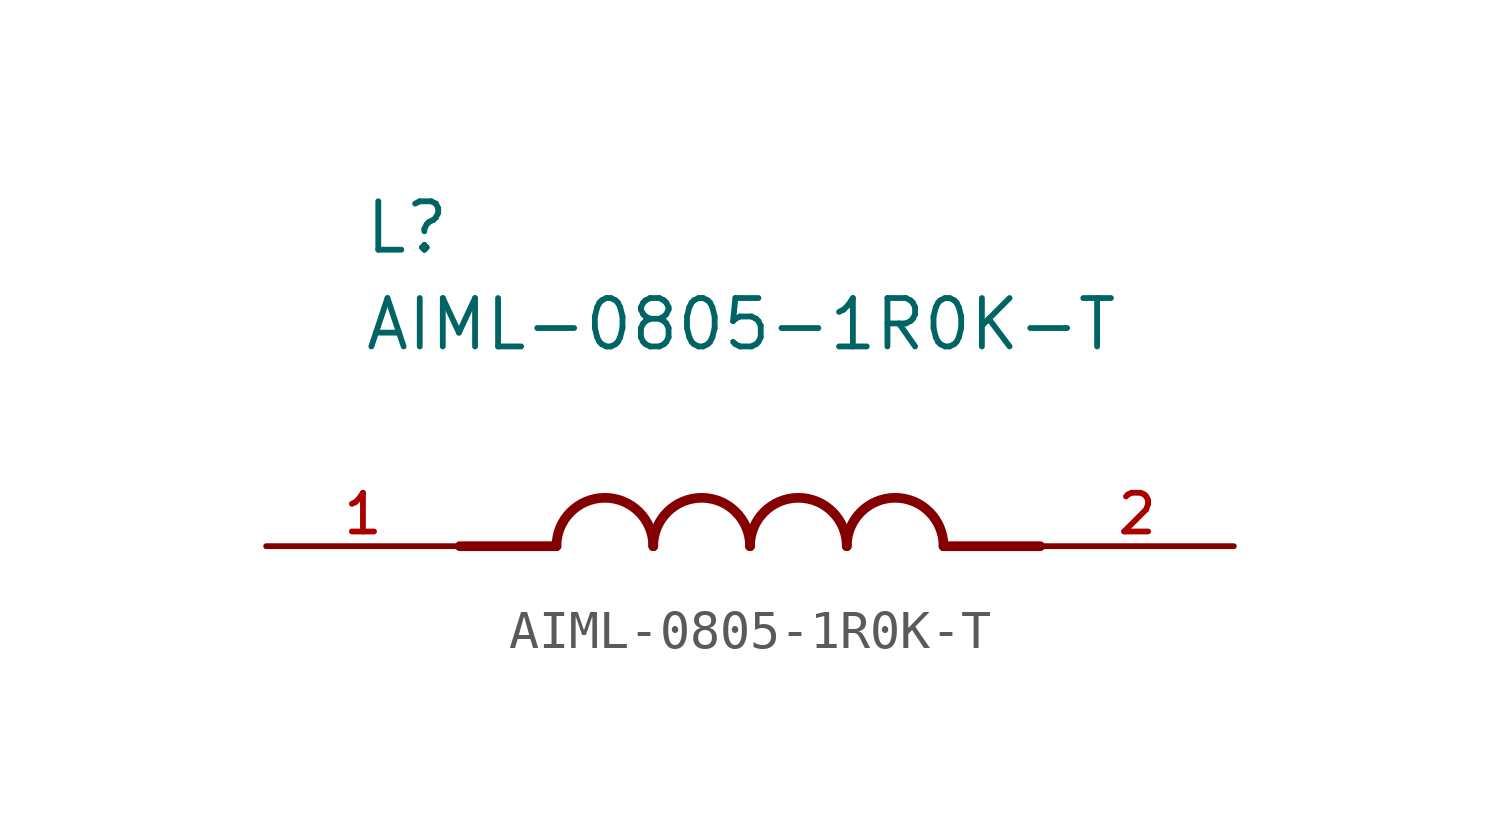
<source format=kicad_sym>
(kicad_symbol_lib
  (version 20211014)
  (generator kicad_symbol_editor)
  (symbol "AIML-0805-1R0K-T"
    (pin_names
      (offset 1.016))
    (property "Reference" "L"
      (at -10.16 7.62 0)
      (effects (font (size 1.27 1.27)) (justify bottom left)))
    (property "Value" "AIML-0805-1R0K-T"
      (at -10.16 5.08 0)
      (effects (font (size 1.27 1.27)) (justify bottom left)))
    (symbol "AIML-0805-1R0K-T_0_0"
      (polyline (pts (xy -5.08 0.0) (xy -7.62 0.0)) (stroke (width 0.254)))
      (polyline (pts (xy 5.08 0.0) (xy 7.62 0.0)) (stroke (width 0.254)))
      (arc (start -2.54 0.0) (mid -3.81 1.27) (end -5.08 0.0) (stroke (width 0.254) (type default) (color 0 0 0 0)) (fill (type none)))
      (arc (start 0.0 0.0) (mid -1.27 1.27) (end -2.54 0.0) (stroke (width 0.254) (type default) (color 0 0 0 0)) (fill (type none)))
      (arc (start 2.54 0.0) (mid 1.27 1.27) (end 0.0 0.0) (stroke (width 0.254) (type default) (color 0 0 0 0)) (fill (type none)))
      (arc (start 5.08 0.0) (mid 3.81 1.27) (end 2.54 0.0) (stroke (width 0.254) (type default) (color 0 0 0 0)) (fill (type none)))
      (pin passive line (at -12.7 0.0 0) (length 5.08) (name "~" (effects (font (size 1.016 1.016)))) (number "1" (effects (font (size 1.016 1.016)))))
      (pin passive line (at 12.7 0.0 180.0) (length 5.08) (name "~" (effects (font (size 1.016 1.016)))) (number "2" (effects (font (size 1.016 1.016))))))))
</source>
